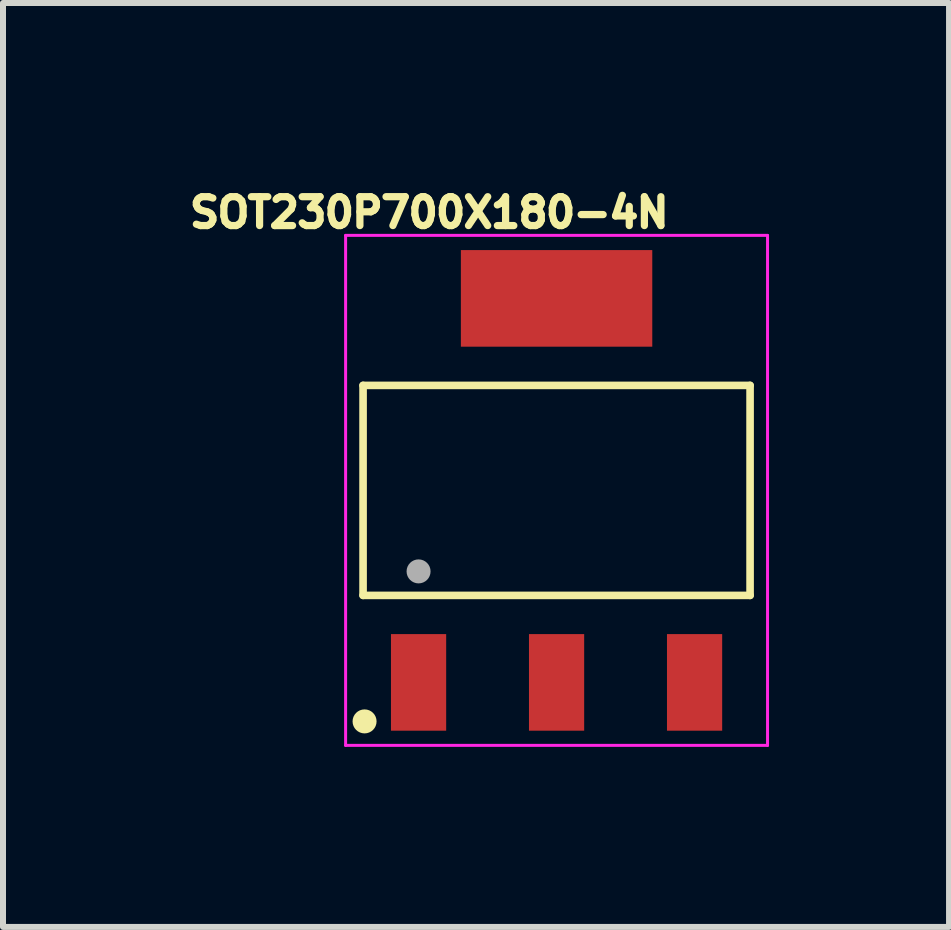
<source format=kicad_pcb>
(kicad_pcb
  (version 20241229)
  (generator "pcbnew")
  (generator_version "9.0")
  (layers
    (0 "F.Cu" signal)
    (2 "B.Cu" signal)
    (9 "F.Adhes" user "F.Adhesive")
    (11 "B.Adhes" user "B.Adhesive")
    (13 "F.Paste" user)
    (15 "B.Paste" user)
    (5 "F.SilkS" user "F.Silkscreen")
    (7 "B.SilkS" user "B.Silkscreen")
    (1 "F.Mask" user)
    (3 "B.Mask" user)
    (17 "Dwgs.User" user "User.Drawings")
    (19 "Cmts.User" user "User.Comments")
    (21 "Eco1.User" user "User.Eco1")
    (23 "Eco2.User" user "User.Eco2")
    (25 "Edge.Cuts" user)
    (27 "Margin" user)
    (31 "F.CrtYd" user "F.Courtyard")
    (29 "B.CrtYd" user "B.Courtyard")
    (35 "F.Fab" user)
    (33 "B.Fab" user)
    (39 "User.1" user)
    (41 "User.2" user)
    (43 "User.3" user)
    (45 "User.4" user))
  (footprint "SOT230P700X180-4N"
    (layer "F.Cu")
    (at 6.226 5.123)
    (property "Reference" "SOT230P700X180-4N" (at -2.121 -4.63 0) (layer "F.SilkS") (effects (font (size 0.481 0.481) (thickness 0.15))))
    (attr through_hole)
    (fp_line (start -3.225 -1.75) (end 3.225 -1.75) (stroke (width 0.127) (type solid)) (layer "F.SilkS"))
    (fp_line (start -3.225 1.75) (end -3.225 -1.75) (stroke (width 0.127) (type solid)) (layer "F.SilkS"))
    (fp_line (start 3.225 -1.75) (end 3.225 1.75) (stroke (width 0.127) (type solid)) (layer "F.SilkS"))
    (fp_line (start 3.225 1.75) (end -3.225 1.75) (stroke (width 0.127) (type solid)) (layer "F.SilkS"))
    (fp_circle (center -3.2 3.85) (end -3 3.85) (stroke (width 0) (type solid)) (fill yes) (layer "F.SilkS"))
    (fp_line (start -3.516 -4.25) (end 3.516 -4.25) (stroke (width 0.05) (type solid)) (layer "F.CrtYd"))
    (fp_line (start -3.516 4.25) (end -3.516 -4.25) (stroke (width 0.05) (type solid)) (layer "F.CrtYd"))
    (fp_line (start 3.516 -4.25) (end 3.516 4.25) (stroke (width 0.05) (type solid)) (layer "F.CrtYd"))
    (fp_line (start 3.516 4.25) (end -3.516 4.25) (stroke (width 0.05) (type solid)) (layer "F.CrtYd"))
    (fp_circle (center -2.3 1.35) (end -2.1 1.35) (stroke (width 0) (type solid)) (fill yes) (layer "F.Fab"))
    (pad "1" smd rect (at -2.3 3.2) (size 0.92 1.61) (layers "F.Cu" "F.Mask" "F.Paste"))
    (pad "2" smd rect (at 0 3.2) (size 0.92 1.61) (layers "F.Cu" "F.Mask" "F.Paste"))
    (pad "3" smd rect (at 2.3 3.2) (size 0.92 1.61) (layers "F.Cu" "F.Mask" "F.Paste"))
    (pad "4" smd rect (at 0 -3.2) (size 3.19 1.61) (layers "F.Cu" "F.Mask" "F.Paste")))
  (gr_rect
    (start -3 -3)
    (end 12.767 12.398)
    (stroke (width 0.1) (type default))
    (fill no)
    (layer "Edge.Cuts")))
</source>
